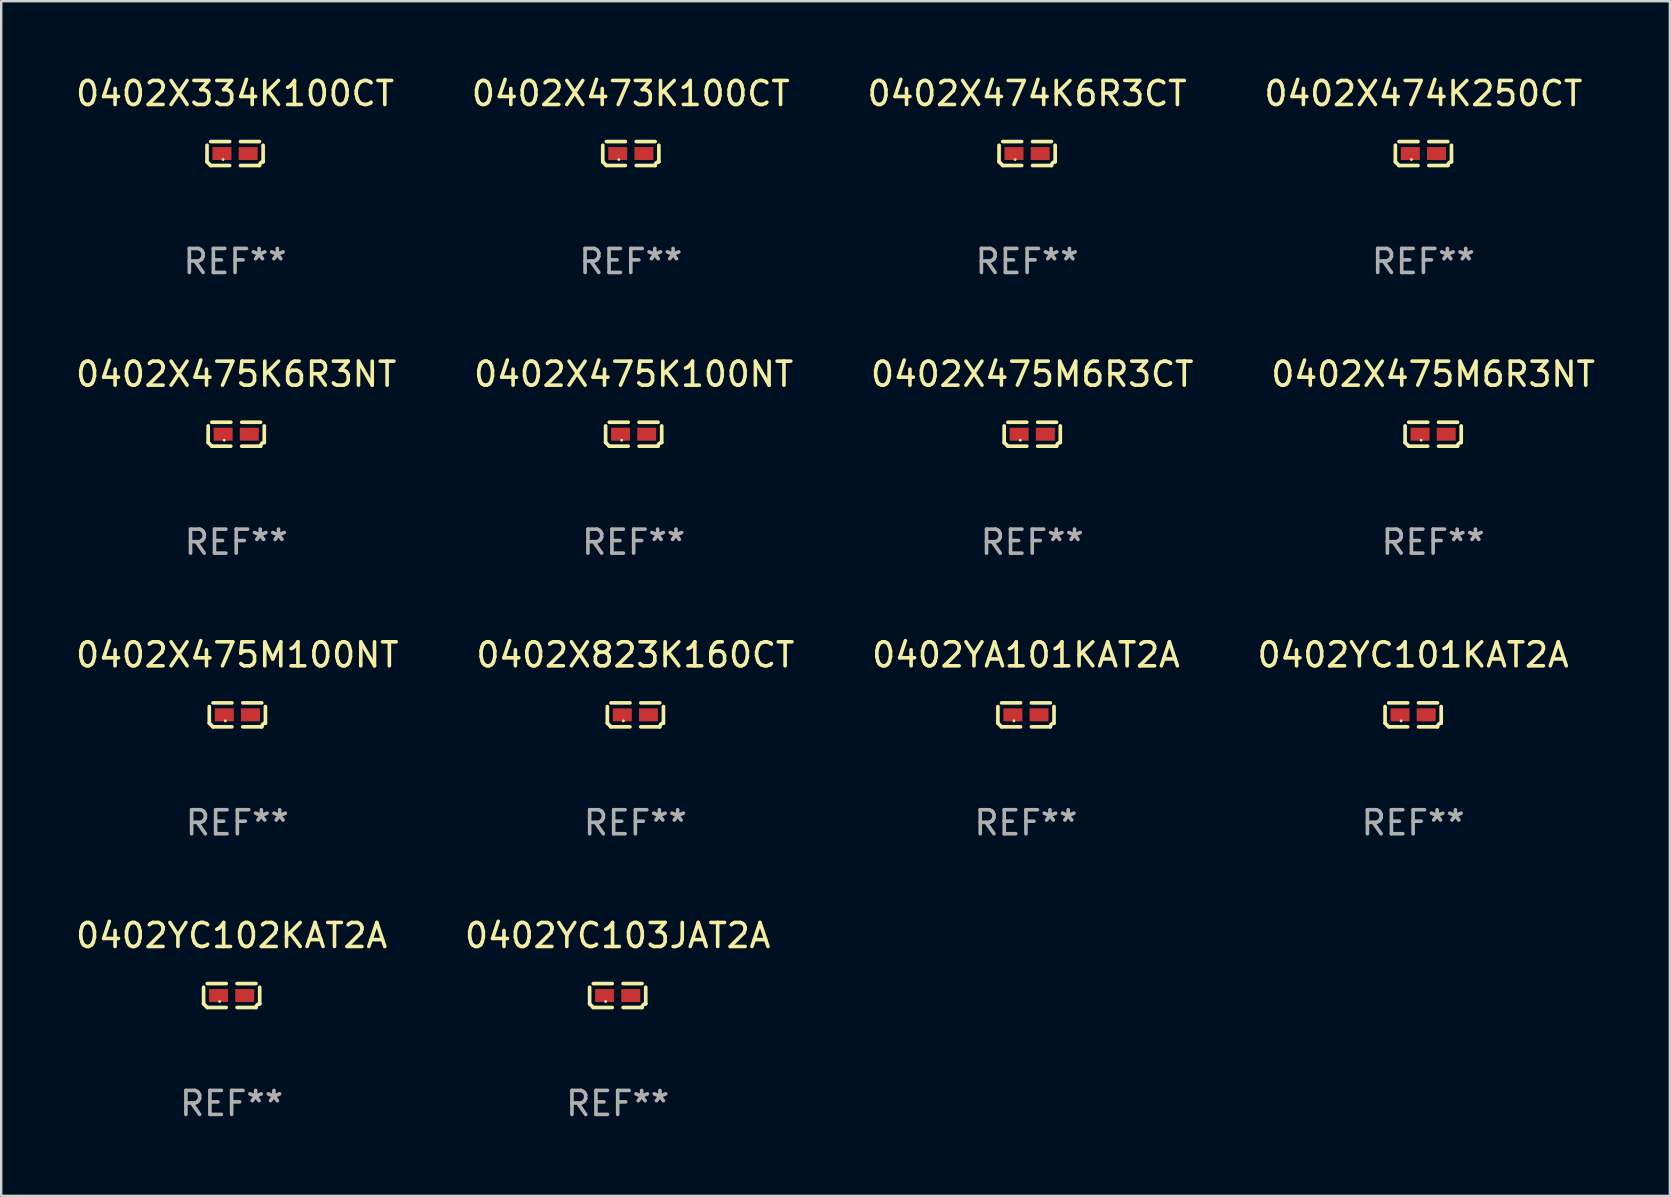
<source format=kicad_pcb>
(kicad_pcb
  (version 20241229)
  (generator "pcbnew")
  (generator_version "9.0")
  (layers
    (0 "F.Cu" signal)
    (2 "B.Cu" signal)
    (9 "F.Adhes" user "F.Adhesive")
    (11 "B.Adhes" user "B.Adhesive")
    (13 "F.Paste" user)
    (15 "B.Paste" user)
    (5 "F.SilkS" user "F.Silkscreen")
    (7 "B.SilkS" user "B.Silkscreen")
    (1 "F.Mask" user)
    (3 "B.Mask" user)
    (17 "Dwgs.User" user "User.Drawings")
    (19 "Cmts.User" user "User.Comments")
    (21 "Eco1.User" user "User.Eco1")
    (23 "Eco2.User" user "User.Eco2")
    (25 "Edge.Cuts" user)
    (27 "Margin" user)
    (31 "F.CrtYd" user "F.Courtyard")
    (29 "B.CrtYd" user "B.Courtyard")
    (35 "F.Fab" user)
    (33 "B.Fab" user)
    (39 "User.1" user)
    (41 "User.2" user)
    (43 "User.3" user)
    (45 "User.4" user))
  (footprint "0402X475M6R3CT"
    (layer "F.Cu")
    (at 39.958 15.041)
    (property "Reference" "0402X475M6R3CT" (at 0 -2.499 0) (layer "F.SilkS") (effects (font (size 1 1) (thickness 0.15))))
    (attr through_hole)
    (fp_line (start -1.169 0.346) (end -1.169 -0.346) (stroke (width 0.152) (type solid)) (layer "F.SilkS"))
    (fp_line (start -1.016 -0.499) (end -0.226 -0.499) (stroke (width 0.152) (type solid)) (layer "F.SilkS"))
    (fp_line (start -0.226 0.499) (end -1.016 0.499) (stroke (width 0.152) (type solid)) (layer "F.SilkS"))
    (fp_line (start 0.226 0.499) (end 1.016 0.499) (stroke (width 0.152) (type solid)) (layer "F.SilkS"))
    (fp_line (start 1.016 -0.499) (end 0.226 -0.499) (stroke (width 0.152) (type solid)) (layer "F.SilkS"))
    (fp_line (start 1.169 0.346) (end 1.169 -0.346) (stroke (width 0.152) (type solid)) (layer "F.SilkS"))
    (fp_arc (start -1.016307 0.498603) (mid -1.092512 0.422405) (end -1.16871 0.3462) (stroke (width 0.1524) (type solid)) (layer "F.SilkS"))
    (fp_arc (start 1.016307 0.498603) (mid 1.060899 0.390758) (end 1.168707 0.346076) (stroke (width 0.1524) (type solid)) (layer "F.SilkS"))
    (fp_circle (center -0.5 0.25) (end -0.47 0.25) (stroke (width 0.06) (type solid)) (fill no) (layer "F.SilkS"))
    (fp_text user "REF**" (at 0 4.499 0) (layer "F.Fab") (effects (font (size 1 1) (thickness 0.15))))
    (pad "1" smd rect (at -0.545 0) (size 0.79 0.54) (layers "F.Cu" "F.Mask" "F.Paste"))
    (pad "2" smd rect (at 0.545 0) (size 0.79 0.54) (layers "F.Cu" "F.Mask" "F.Paste")))
  (footprint "0402YC101KAT2A"
    (layer "F.Cu")
    (at 55.827 26.734)
    (property "Reference" "0402YC101KAT2A" (at 0 -2.499 0) (layer "F.SilkS") (effects (font (size 1 1) (thickness 0.15))))
    (attr through_hole)
    (fp_line (start -1.169 0.346) (end -1.169 -0.346) (stroke (width 0.152) (type solid)) (layer "F.SilkS"))
    (fp_line (start -1.016 -0.499) (end -0.226 -0.499) (stroke (width 0.152) (type solid)) (layer "F.SilkS"))
    (fp_line (start -0.226 0.499) (end -1.016 0.499) (stroke (width 0.152) (type solid)) (layer "F.SilkS"))
    (fp_line (start 0.226 0.499) (end 1.016 0.499) (stroke (width 0.152) (type solid)) (layer "F.SilkS"))
    (fp_line (start 1.016 -0.499) (end 0.226 -0.499) (stroke (width 0.152) (type solid)) (layer "F.SilkS"))
    (fp_line (start 1.169 0.346) (end 1.169 -0.346) (stroke (width 0.152) (type solid)) (layer "F.SilkS"))
    (fp_arc (start -1.016307 0.498603) (mid -1.092512 0.422405) (end -1.16871 0.3462) (stroke (width 0.1524) (type solid)) (layer "F.SilkS"))
    (fp_arc (start 1.016307 0.498603) (mid 1.060899 0.390758) (end 1.168707 0.346076) (stroke (width 0.1524) (type solid)) (layer "F.SilkS"))
    (fp_circle (center -0.5 0.25) (end -0.47 0.25) (stroke (width 0.06) (type solid)) (fill no) (layer "F.SilkS"))
    (fp_text user "REF**" (at 0 4.499 0) (layer "F.Fab") (effects (font (size 1 1) (thickness 0.15))))
    (pad "1" smd rect (at -0.545 0) (size 0.79 0.54) (layers "F.Cu" "F.Mask" "F.Paste"))
    (pad "2" smd rect (at 0.545 0) (size 0.79 0.54) (layers "F.Cu" "F.Mask" "F.Paste")))
  (footprint "0402X474K250CT"
    (layer "F.Cu")
    (at 56.256 3.347)
    (property "Reference" "0402X474K250CT" (at 0 -2.499 0) (layer "F.SilkS") (effects (font (size 1 1) (thickness 0.15))))
    (attr through_hole)
    (fp_line (start -1.169 0.346) (end -1.169 -0.346) (stroke (width 0.152) (type solid)) (layer "F.SilkS"))
    (fp_line (start -1.016 -0.499) (end -0.226 -0.499) (stroke (width 0.152) (type solid)) (layer "F.SilkS"))
    (fp_line (start -0.226 0.499) (end -1.016 0.499) (stroke (width 0.152) (type solid)) (layer "F.SilkS"))
    (fp_line (start 0.226 0.499) (end 1.016 0.499) (stroke (width 0.152) (type solid)) (layer "F.SilkS"))
    (fp_line (start 1.016 -0.499) (end 0.226 -0.499) (stroke (width 0.152) (type solid)) (layer "F.SilkS"))
    (fp_line (start 1.169 0.346) (end 1.169 -0.346) (stroke (width 0.152) (type solid)) (layer "F.SilkS"))
    (fp_arc (start -1.016307 0.498603) (mid -1.092512 0.422405) (end -1.16871 0.3462) (stroke (width 0.1524) (type solid)) (layer "F.SilkS"))
    (fp_arc (start 1.016307 0.498603) (mid 1.060899 0.390758) (end 1.168707 0.346076) (stroke (width 0.1524) (type solid)) (layer "F.SilkS"))
    (fp_circle (center -0.5 0.25) (end -0.47 0.25) (stroke (width 0.06) (type solid)) (fill no) (layer "F.SilkS"))
    (fp_text user "REF**" (at 0 4.499 0) (layer "F.Fab") (effects (font (size 1 1) (thickness 0.15))))
    (pad "1" smd rect (at -0.545 0) (size 0.79 0.54) (layers "F.Cu" "F.Mask" "F.Paste"))
    (pad "2" smd rect (at 0.545 0) (size 0.79 0.54) (layers "F.Cu" "F.Mask" "F.Paste")))
  (footprint "0402X473K100CT"
    (layer "F.Cu")
    (at 23.232 3.347)
    (property "Reference" "0402X473K100CT" (at 0 -2.499 0) (layer "F.SilkS") (effects (font (size 1 1) (thickness 0.15))))
    (attr through_hole)
    (fp_line (start -1.169 0.346) (end -1.169 -0.346) (stroke (width 0.152) (type solid)) (layer "F.SilkS"))
    (fp_line (start -1.016 -0.499) (end -0.226 -0.499) (stroke (width 0.152) (type solid)) (layer "F.SilkS"))
    (fp_line (start -0.226 0.499) (end -1.016 0.499) (stroke (width 0.152) (type solid)) (layer "F.SilkS"))
    (fp_line (start 0.226 0.499) (end 1.016 0.499) (stroke (width 0.152) (type solid)) (layer "F.SilkS"))
    (fp_line (start 1.016 -0.499) (end 0.226 -0.499) (stroke (width 0.152) (type solid)) (layer "F.SilkS"))
    (fp_line (start 1.169 0.346) (end 1.169 -0.346) (stroke (width 0.152) (type solid)) (layer "F.SilkS"))
    (fp_arc (start -1.016307 0.498603) (mid -1.092512 0.422405) (end -1.16871 0.3462) (stroke (width 0.1524) (type solid)) (layer "F.SilkS"))
    (fp_arc (start 1.016307 0.498603) (mid 1.060899 0.390758) (end 1.168707 0.346076) (stroke (width 0.1524) (type solid)) (layer "F.SilkS"))
    (fp_circle (center -0.5 0.25) (end -0.47 0.25) (stroke (width 0.06) (type solid)) (fill no) (layer "F.SilkS"))
    (fp_text user "REF**" (at 0 4.499 0) (layer "F.Fab") (effects (font (size 1 1) (thickness 0.15))))
    (pad "1" smd rect (at -0.545 0) (size 0.79 0.54) (layers "F.Cu" "F.Mask" "F.Paste"))
    (pad "2" smd rect (at 0.545 0) (size 0.79 0.54) (layers "F.Cu" "F.Mask" "F.Paste")))
  (footprint "0402X475K6R3NT"
    (layer "F.Cu")
    (at 6.792 15.041)
    (property "Reference" "0402X475K6R3NT" (at 0 -2.499 0) (layer "F.SilkS") (effects (font (size 1 1) (thickness 0.15))))
    (attr through_hole)
    (fp_line (start -1.169 0.346) (end -1.169 -0.346) (stroke (width 0.152) (type solid)) (layer "F.SilkS"))
    (fp_line (start -1.016 -0.499) (end -0.226 -0.499) (stroke (width 0.152) (type solid)) (layer "F.SilkS"))
    (fp_line (start -0.226 0.499) (end -1.016 0.499) (stroke (width 0.152) (type solid)) (layer "F.SilkS"))
    (fp_line (start 0.226 0.499) (end 1.016 0.499) (stroke (width 0.152) (type solid)) (layer "F.SilkS"))
    (fp_line (start 1.016 -0.499) (end 0.226 -0.499) (stroke (width 0.152) (type solid)) (layer "F.SilkS"))
    (fp_line (start 1.169 0.346) (end 1.169 -0.346) (stroke (width 0.152) (type solid)) (layer "F.SilkS"))
    (fp_arc (start -1.016307 0.498603) (mid -1.092512 0.422405) (end -1.16871 0.3462) (stroke (width 0.1524) (type solid)) (layer "F.SilkS"))
    (fp_arc (start 1.016307 0.498603) (mid 1.060899 0.390758) (end 1.168707 0.346076) (stroke (width 0.1524) (type solid)) (layer "F.SilkS"))
    (fp_circle (center -0.5 0.25) (end -0.47 0.25) (stroke (width 0.06) (type solid)) (fill no) (layer "F.SilkS"))
    (fp_text user "REF**" (at 0 4.499 0) (layer "F.Fab") (effects (font (size 1 1) (thickness 0.15))))
    (pad "1" smd rect (at -0.545 0) (size 0.79 0.54) (layers "F.Cu" "F.Mask" "F.Paste"))
    (pad "2" smd rect (at 0.545 0) (size 0.79 0.54) (layers "F.Cu" "F.Mask" "F.Paste")))
  (footprint "0402YA101KAT2A"
    (layer "F.Cu")
    (at 39.696 26.734)
    (property "Reference" "0402YA101KAT2A" (at 0 -2.499 0) (layer "F.SilkS") (effects (font (size 1 1) (thickness 0.15))))
    (attr through_hole)
    (fp_line (start -1.169 0.346) (end -1.169 -0.346) (stroke (width 0.152) (type solid)) (layer "F.SilkS"))
    (fp_line (start -1.016 -0.499) (end -0.226 -0.499) (stroke (width 0.152) (type solid)) (layer "F.SilkS"))
    (fp_line (start -0.226 0.499) (end -1.016 0.499) (stroke (width 0.152) (type solid)) (layer "F.SilkS"))
    (fp_line (start 0.226 0.499) (end 1.016 0.499) (stroke (width 0.152) (type solid)) (layer "F.SilkS"))
    (fp_line (start 1.016 -0.499) (end 0.226 -0.499) (stroke (width 0.152) (type solid)) (layer "F.SilkS"))
    (fp_line (start 1.169 0.346) (end 1.169 -0.346) (stroke (width 0.152) (type solid)) (layer "F.SilkS"))
    (fp_arc (start -1.016307 0.498603) (mid -1.092512 0.422405) (end -1.16871 0.3462) (stroke (width 0.1524) (type solid)) (layer "F.SilkS"))
    (fp_arc (start 1.016307 0.498603) (mid 1.060899 0.390758) (end 1.168707 0.346076) (stroke (width 0.1524) (type solid)) (layer "F.SilkS"))
    (fp_circle (center -0.5 0.25) (end -0.47 0.25) (stroke (width 0.06) (type solid)) (fill no) (layer "F.SilkS"))
    (fp_text user "REF**" (at 0 4.499 0) (layer "F.Fab") (effects (font (size 1 1) (thickness 0.15))))
    (pad "1" smd rect (at -0.545 0) (size 0.79 0.54) (layers "F.Cu" "F.Mask" "F.Paste"))
    (pad "2" smd rect (at 0.545 0) (size 0.79 0.54) (layers "F.Cu" "F.Mask" "F.Paste")))
  (footprint "0402X823K160CT"
    (layer "F.Cu")
    (at 23.423 26.734)
    (property "Reference" "0402X823K160CT" (at 0 -2.499 0) (layer "F.SilkS") (effects (font (size 1 1) (thickness 0.15))))
    (attr through_hole)
    (fp_line (start -1.169 0.346) (end -1.169 -0.346) (stroke (width 0.152) (type solid)) (layer "F.SilkS"))
    (fp_line (start -1.016 -0.499) (end -0.226 -0.499) (stroke (width 0.152) (type solid)) (layer "F.SilkS"))
    (fp_line (start -0.226 0.499) (end -1.016 0.499) (stroke (width 0.152) (type solid)) (layer "F.SilkS"))
    (fp_line (start 0.226 0.499) (end 1.016 0.499) (stroke (width 0.152) (type solid)) (layer "F.SilkS"))
    (fp_line (start 1.016 -0.499) (end 0.226 -0.499) (stroke (width 0.152) (type solid)) (layer "F.SilkS"))
    (fp_line (start 1.169 0.346) (end 1.169 -0.346) (stroke (width 0.152) (type solid)) (layer "F.SilkS"))
    (fp_arc (start -1.016307 0.498603) (mid -1.092512 0.422405) (end -1.16871 0.3462) (stroke (width 0.1524) (type solid)) (layer "F.SilkS"))
    (fp_arc (start 1.016307 0.498603) (mid 1.060899 0.390758) (end 1.168707 0.346076) (stroke (width 0.1524) (type solid)) (layer "F.SilkS"))
    (fp_circle (center -0.5 0.25) (end -0.47 0.25) (stroke (width 0.06) (type solid)) (fill no) (layer "F.SilkS"))
    (fp_text user "REF**" (at 0 4.499 0) (layer "F.Fab") (effects (font (size 1 1) (thickness 0.15))))
    (pad "1" smd rect (at -0.545 0) (size 0.79 0.54) (layers "F.Cu" "F.Mask" "F.Paste"))
    (pad "2" smd rect (at 0.545 0) (size 0.79 0.54) (layers "F.Cu" "F.Mask" "F.Paste")))
  (footprint "0402X475M6R3NT"
    (layer "F.Cu")
    (at 56.661 15.041)
    (property "Reference" "0402X475M6R3NT" (at 0 -2.499 0) (layer "F.SilkS") (effects (font (size 1 1) (thickness 0.15))))
    (attr through_hole)
    (fp_line (start -1.169 0.346) (end -1.169 -0.346) (stroke (width 0.152) (type solid)) (layer "F.SilkS"))
    (fp_line (start -1.016 -0.499) (end -0.226 -0.499) (stroke (width 0.152) (type solid)) (layer "F.SilkS"))
    (fp_line (start -0.226 0.499) (end -1.016 0.499) (stroke (width 0.152) (type solid)) (layer "F.SilkS"))
    (fp_line (start 0.226 0.499) (end 1.016 0.499) (stroke (width 0.152) (type solid)) (layer "F.SilkS"))
    (fp_line (start 1.016 -0.499) (end 0.226 -0.499) (stroke (width 0.152) (type solid)) (layer "F.SilkS"))
    (fp_line (start 1.169 0.346) (end 1.169 -0.346) (stroke (width 0.152) (type solid)) (layer "F.SilkS"))
    (fp_arc (start -1.016307 0.498603) (mid -1.092512 0.422405) (end -1.16871 0.3462) (stroke (width 0.1524) (type solid)) (layer "F.SilkS"))
    (fp_arc (start 1.016307 0.498603) (mid 1.060899 0.390758) (end 1.168707 0.346076) (stroke (width 0.1524) (type solid)) (layer "F.SilkS"))
    (fp_circle (center -0.5 0.25) (end -0.47 0.25) (stroke (width 0.06) (type solid)) (fill no) (layer "F.SilkS"))
    (fp_text user "REF**" (at 0 4.499 0) (layer "F.Fab") (effects (font (size 1 1) (thickness 0.15))))
    (pad "1" smd rect (at -0.545 0) (size 0.79 0.54) (layers "F.Cu" "F.Mask" "F.Paste"))
    (pad "2" smd rect (at 0.545 0) (size 0.79 0.54) (layers "F.Cu" "F.Mask" "F.Paste")))
  (footprint "0402YC102KAT2A"
    (layer "F.Cu")
    (at 6.601 38.428)
    (property "Reference" "0402YC102KAT2A" (at 0 -2.499 0) (layer "F.SilkS") (effects (font (size 1 1) (thickness 0.15))))
    (attr through_hole)
    (fp_line (start -1.169 0.346) (end -1.169 -0.346) (stroke (width 0.152) (type solid)) (layer "F.SilkS"))
    (fp_line (start -1.016 -0.499) (end -0.226 -0.499) (stroke (width 0.152) (type solid)) (layer "F.SilkS"))
    (fp_line (start -0.226 0.499) (end -1.016 0.499) (stroke (width 0.152) (type solid)) (layer "F.SilkS"))
    (fp_line (start 0.226 0.499) (end 1.016 0.499) (stroke (width 0.152) (type solid)) (layer "F.SilkS"))
    (fp_line (start 1.016 -0.499) (end 0.226 -0.499) (stroke (width 0.152) (type solid)) (layer "F.SilkS"))
    (fp_line (start 1.169 0.346) (end 1.169 -0.346) (stroke (width 0.152) (type solid)) (layer "F.SilkS"))
    (fp_arc (start -1.016307 0.498603) (mid -1.092512 0.422405) (end -1.16871 0.3462) (stroke (width 0.1524) (type solid)) (layer "F.SilkS"))
    (fp_arc (start 1.016307 0.498603) (mid 1.060899 0.390758) (end 1.168707 0.346076) (stroke (width 0.1524) (type solid)) (layer "F.SilkS"))
    (fp_circle (center -0.5 0.25) (end -0.47 0.25) (stroke (width 0.06) (type solid)) (fill no) (layer "F.SilkS"))
    (fp_text user "REF**" (at 0 4.499 0) (layer "F.Fab") (effects (font (size 1 1) (thickness 0.15))))
    (pad "1" smd rect (at -0.545 0) (size 0.79 0.54) (layers "F.Cu" "F.Mask" "F.Paste"))
    (pad "2" smd rect (at 0.545 0) (size 0.79 0.54) (layers "F.Cu" "F.Mask" "F.Paste")))
  (footprint "0402X474K6R3CT"
    (layer "F.Cu")
    (at 39.744 3.347)
    (property "Reference" "0402X474K6R3CT" (at 0 -2.499 0) (layer "F.SilkS") (effects (font (size 1 1) (thickness 0.15))))
    (attr through_hole)
    (fp_line (start -1.169 0.346) (end -1.169 -0.346) (stroke (width 0.152) (type solid)) (layer "F.SilkS"))
    (fp_line (start -1.016 -0.499) (end -0.226 -0.499) (stroke (width 0.152) (type solid)) (layer "F.SilkS"))
    (fp_line (start -0.226 0.499) (end -1.016 0.499) (stroke (width 0.152) (type solid)) (layer "F.SilkS"))
    (fp_line (start 0.226 0.499) (end 1.016 0.499) (stroke (width 0.152) (type solid)) (layer "F.SilkS"))
    (fp_line (start 1.016 -0.499) (end 0.226 -0.499) (stroke (width 0.152) (type solid)) (layer "F.SilkS"))
    (fp_line (start 1.169 0.346) (end 1.169 -0.346) (stroke (width 0.152) (type solid)) (layer "F.SilkS"))
    (fp_arc (start -1.016307 0.498603) (mid -1.092512 0.422405) (end -1.16871 0.3462) (stroke (width 0.1524) (type solid)) (layer "F.SilkS"))
    (fp_arc (start 1.016307 0.498603) (mid 1.060899 0.390758) (end 1.168707 0.346076) (stroke (width 0.1524) (type solid)) (layer "F.SilkS"))
    (fp_circle (center -0.5 0.25) (end -0.47 0.25) (stroke (width 0.06) (type solid)) (fill no) (layer "F.SilkS"))
    (fp_text user "REF**" (at 0 4.499 0) (layer "F.Fab") (effects (font (size 1 1) (thickness 0.15))))
    (pad "1" smd rect (at -0.545 0) (size 0.79 0.54) (layers "F.Cu" "F.Mask" "F.Paste"))
    (pad "2" smd rect (at 0.545 0) (size 0.79 0.54) (layers "F.Cu" "F.Mask" "F.Paste")))
  (footprint "0402YC103JAT2A"
    (layer "F.Cu")
    (at 22.685 38.428)
    (property "Reference" "0402YC103JAT2A" (at 0 -2.499 0) (layer "F.SilkS") (effects (font (size 1 1) (thickness 0.15))))
    (attr through_hole)
    (fp_line (start -1.169 0.346) (end -1.169 -0.346) (stroke (width 0.152) (type solid)) (layer "F.SilkS"))
    (fp_line (start -1.016 -0.499) (end -0.226 -0.499) (stroke (width 0.152) (type solid)) (layer "F.SilkS"))
    (fp_line (start -0.226 0.499) (end -1.016 0.499) (stroke (width 0.152) (type solid)) (layer "F.SilkS"))
    (fp_line (start 0.226 0.499) (end 1.016 0.499) (stroke (width 0.152) (type solid)) (layer "F.SilkS"))
    (fp_line (start 1.016 -0.499) (end 0.226 -0.499) (stroke (width 0.152) (type solid)) (layer "F.SilkS"))
    (fp_line (start 1.169 0.346) (end 1.169 -0.346) (stroke (width 0.152) (type solid)) (layer "F.SilkS"))
    (fp_arc (start -1.016307 0.498603) (mid -1.092512 0.422405) (end -1.16871 0.3462) (stroke (width 0.1524) (type solid)) (layer "F.SilkS"))
    (fp_arc (start 1.016307 0.498603) (mid 1.060899 0.390758) (end 1.168707 0.346076) (stroke (width 0.1524) (type solid)) (layer "F.SilkS"))
    (fp_circle (center -0.5 0.25) (end -0.47 0.25) (stroke (width 0.06) (type solid)) (fill no) (layer "F.SilkS"))
    (fp_text user "REF**" (at 0 4.499 0) (layer "F.Fab") (effects (font (size 1 1) (thickness 0.15))))
    (pad "1" smd rect (at -0.545 0) (size 0.79 0.54) (layers "F.Cu" "F.Mask" "F.Paste"))
    (pad "2" smd rect (at 0.545 0) (size 0.79 0.54) (layers "F.Cu" "F.Mask" "F.Paste")))
  (footprint "0402X475M100NT"
    (layer "F.Cu")
    (at 6.839 26.734)
    (property "Reference" "0402X475M100NT" (at 0 -2.499 0) (layer "F.SilkS") (effects (font (size 1 1) (thickness 0.15))))
    (attr through_hole)
    (fp_line (start -1.169 0.346) (end -1.169 -0.346) (stroke (width 0.152) (type solid)) (layer "F.SilkS"))
    (fp_line (start -1.016 -0.499) (end -0.226 -0.499) (stroke (width 0.152) (type solid)) (layer "F.SilkS"))
    (fp_line (start -0.226 0.499) (end -1.016 0.499) (stroke (width 0.152) (type solid)) (layer "F.SilkS"))
    (fp_line (start 0.226 0.499) (end 1.016 0.499) (stroke (width 0.152) (type solid)) (layer "F.SilkS"))
    (fp_line (start 1.016 -0.499) (end 0.226 -0.499) (stroke (width 0.152) (type solid)) (layer "F.SilkS"))
    (fp_line (start 1.169 0.346) (end 1.169 -0.346) (stroke (width 0.152) (type solid)) (layer "F.SilkS"))
    (fp_arc (start -1.016307 0.498603) (mid -1.092512 0.422405) (end -1.16871 0.3462) (stroke (width 0.1524) (type solid)) (layer "F.SilkS"))
    (fp_arc (start 1.016307 0.498603) (mid 1.060899 0.390758) (end 1.168707 0.346076) (stroke (width 0.1524) (type solid)) (layer "F.SilkS"))
    (fp_circle (center -0.5 0.25) (end -0.47 0.25) (stroke (width 0.06) (type solid)) (fill no) (layer "F.SilkS"))
    (fp_text user "REF**" (at 0 4.499 0) (layer "F.Fab") (effects (font (size 1 1) (thickness 0.15))))
    (pad "1" smd rect (at -0.545 0) (size 0.79 0.54) (layers "F.Cu" "F.Mask" "F.Paste"))
    (pad "2" smd rect (at 0.545 0) (size 0.79 0.54) (layers "F.Cu" "F.Mask" "F.Paste")))
  (footprint "0402X475K100NT"
    (layer "F.Cu")
    (at 23.351 15.041)
    (property "Reference" "0402X475K100NT" (at 0 -2.499 0) (layer "F.SilkS") (effects (font (size 1 1) (thickness 0.15))))
    (attr through_hole)
    (fp_line (start -1.169 0.346) (end -1.169 -0.346) (stroke (width 0.152) (type solid)) (layer "F.SilkS"))
    (fp_line (start -1.016 -0.499) (end -0.226 -0.499) (stroke (width 0.152) (type solid)) (layer "F.SilkS"))
    (fp_line (start -0.226 0.499) (end -1.016 0.499) (stroke (width 0.152) (type solid)) (layer "F.SilkS"))
    (fp_line (start 0.226 0.499) (end 1.016 0.499) (stroke (width 0.152) (type solid)) (layer "F.SilkS"))
    (fp_line (start 1.016 -0.499) (end 0.226 -0.499) (stroke (width 0.152) (type solid)) (layer "F.SilkS"))
    (fp_line (start 1.169 0.346) (end 1.169 -0.346) (stroke (width 0.152) (type solid)) (layer "F.SilkS"))
    (fp_arc (start -1.016307 0.498603) (mid -1.092512 0.422405) (end -1.16871 0.3462) (stroke (width 0.1524) (type solid)) (layer "F.SilkS"))
    (fp_arc (start 1.016307 0.498603) (mid 1.060899 0.390758) (end 1.168707 0.346076) (stroke (width 0.1524) (type solid)) (layer "F.SilkS"))
    (fp_circle (center -0.5 0.25) (end -0.47 0.25) (stroke (width 0.06) (type solid)) (fill no) (layer "F.SilkS"))
    (fp_text user "REF**" (at 0 4.499 0) (layer "F.Fab") (effects (font (size 1 1) (thickness 0.15))))
    (pad "1" smd rect (at -0.545 0) (size 0.79 0.54) (layers "F.Cu" "F.Mask" "F.Paste"))
    (pad "2" smd rect (at 0.545 0) (size 0.79 0.54) (layers "F.Cu" "F.Mask" "F.Paste")))
  (footprint "0402X334K100CT"
    (layer "F.Cu")
    (at 6.744 3.347)
    (property "Reference" "0402X334K100CT" (at 0 -2.499 0) (layer "F.SilkS") (effects (font (size 1 1) (thickness 0.15))))
    (attr through_hole)
    (fp_line (start -1.169 0.346) (end -1.169 -0.346) (stroke (width 0.152) (type solid)) (layer "F.SilkS"))
    (fp_line (start -1.016 -0.499) (end -0.226 -0.499) (stroke (width 0.152) (type solid)) (layer "F.SilkS"))
    (fp_line (start -0.226 0.499) (end -1.016 0.499) (stroke (width 0.152) (type solid)) (layer "F.SilkS"))
    (fp_line (start 0.226 0.499) (end 1.016 0.499) (stroke (width 0.152) (type solid)) (layer "F.SilkS"))
    (fp_line (start 1.016 -0.499) (end 0.226 -0.499) (stroke (width 0.152) (type solid)) (layer "F.SilkS"))
    (fp_line (start 1.169 0.346) (end 1.169 -0.346) (stroke (width 0.152) (type solid)) (layer "F.SilkS"))
    (fp_arc (start -1.016307 0.498603) (mid -1.092512 0.422405) (end -1.16871 0.3462) (stroke (width 0.1524) (type solid)) (layer "F.SilkS"))
    (fp_arc (start 1.016307 0.498603) (mid 1.060899 0.390758) (end 1.168707 0.346076) (stroke (width 0.1524) (type solid)) (layer "F.SilkS"))
    (fp_circle (center -0.5 0.25) (end -0.47 0.25) (stroke (width 0.06) (type solid)) (fill no) (layer "F.SilkS"))
    (fp_text user "REF**" (at 0 4.499 0) (layer "F.Fab") (effects (font (size 1 1) (thickness 0.15))))
    (pad "1" smd rect (at -0.545 0) (size 0.79 0.54) (layers "F.Cu" "F.Mask" "F.Paste"))
    (pad "2" smd rect (at 0.545 0) (size 0.79 0.54) (layers "F.Cu" "F.Mask" "F.Paste")))
  (gr_rect
    (start -3 -3)
    (end 66.524 46.775)
    (stroke (width 0.1) (type default))
    (fill no)
    (layer "Edge.Cuts")))
</source>
